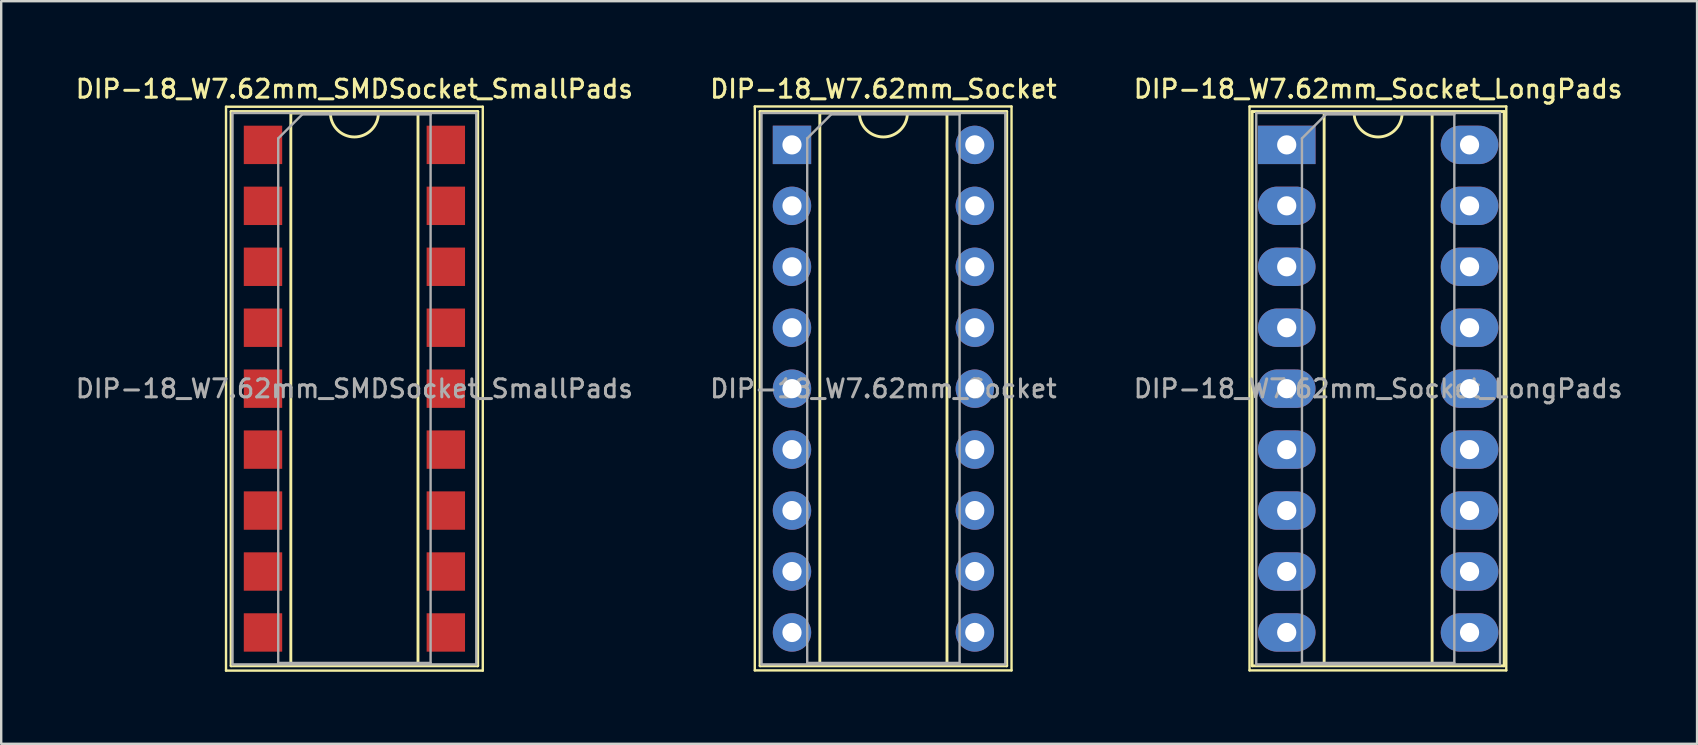
<source format=kicad_pcb>
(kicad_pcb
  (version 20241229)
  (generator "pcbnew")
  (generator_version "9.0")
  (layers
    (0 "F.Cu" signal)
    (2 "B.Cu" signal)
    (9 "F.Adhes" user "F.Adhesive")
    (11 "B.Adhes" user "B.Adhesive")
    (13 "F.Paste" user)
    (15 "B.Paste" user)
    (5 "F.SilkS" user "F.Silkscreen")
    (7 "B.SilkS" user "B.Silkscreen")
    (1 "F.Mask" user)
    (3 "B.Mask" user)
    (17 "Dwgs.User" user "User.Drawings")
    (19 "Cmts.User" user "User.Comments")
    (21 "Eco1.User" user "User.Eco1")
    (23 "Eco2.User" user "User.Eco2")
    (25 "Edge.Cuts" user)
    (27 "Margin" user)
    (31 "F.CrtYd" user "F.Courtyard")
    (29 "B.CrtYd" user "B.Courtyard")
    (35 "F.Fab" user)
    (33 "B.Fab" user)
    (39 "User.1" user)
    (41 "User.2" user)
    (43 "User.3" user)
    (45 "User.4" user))
  (footprint "DIP-18_W7.62mm_Socket_LongPads"
    (layer "F.Cu")
    (at 50.574 2.988)
    (property "Reference" "DIP-18_W7.62mm_Socket_LongPads" (at 3.81 -2.33 0) (layer "F.SilkS") (effects (font (size 0.75 0.75) (thickness 0.125))))
    (attr through_hole)
    (fp_line (start -1.55 -1.6) (end -1.55 21.9) (stroke (width 0.1) (type solid)) (layer "F.SilkS"))
    (fp_line (start -1.55 21.9) (end 9.15 21.9) (stroke (width 0.1) (type solid)) (layer "F.SilkS"))
    (fp_line (start -1.44 -1.39) (end -1.44 21.71) (stroke (width 0.12) (type solid)) (layer "F.SilkS"))
    (fp_line (start -1.44 21.71) (end 9.06 21.71) (stroke (width 0.12) (type solid)) (layer "F.SilkS"))
    (fp_line (start 1.56 -1.33) (end 1.56 21.65) (stroke (width 0.12) (type solid)) (layer "F.SilkS"))
    (fp_line (start 1.56 21.65) (end 6.06 21.65) (stroke (width 0.12) (type solid)) (layer "F.SilkS"))
    (fp_line (start 2.81 -1.33) (end 1.56 -1.33) (stroke (width 0.12) (type solid)) (layer "F.SilkS"))
    (fp_line (start 6.06 -1.33) (end 4.81 -1.33) (stroke (width 0.12) (type solid)) (layer "F.SilkS"))
    (fp_line (start 6.06 21.65) (end 6.06 -1.33) (stroke (width 0.12) (type solid)) (layer "F.SilkS"))
    (fp_line (start 9.06 -1.39) (end -1.44 -1.39) (stroke (width 0.12) (type solid)) (layer "F.SilkS"))
    (fp_line (start 9.06 21.71) (end 9.06 -1.39) (stroke (width 0.12) (type solid)) (layer "F.SilkS"))
    (fp_line (start 9.15 -1.6) (end -1.55 -1.6) (stroke (width 0.1) (type solid)) (layer "F.SilkS"))
    (fp_line (start 9.15 21.9) (end 9.15 -1.6) (stroke (width 0.1) (type solid)) (layer "F.SilkS"))
    (fp_arc (start 4.81 -1.33) (mid 3.81 -0.33) (end 2.81 -1.33) (stroke (width 0.12) (type solid)) (layer "F.SilkS"))
    (fp_line (start -1.27 -1.33) (end -1.27 21.65) (stroke (width 0.1) (type solid)) (layer "F.Fab"))
    (fp_line (start -1.27 21.65) (end 8.89 21.65) (stroke (width 0.1) (type solid)) (layer "F.Fab"))
    (fp_line (start 0.635 -0.27) (end 1.635 -1.27) (stroke (width 0.1) (type solid)) (layer "F.Fab"))
    (fp_line (start 0.635 21.59) (end 0.635 -0.27) (stroke (width 0.1) (type solid)) (layer "F.Fab"))
    (fp_line (start 1.635 -1.27) (end 6.985 -1.27) (stroke (width 0.1) (type solid)) (layer "F.Fab"))
    (fp_line (start 6.985 -1.27) (end 6.985 21.59) (stroke (width 0.1) (type solid)) (layer "F.Fab"))
    (fp_line (start 6.985 21.59) (end 0.635 21.59) (stroke (width 0.1) (type solid)) (layer "F.Fab"))
    (fp_line (start 8.89 -1.33) (end -1.27 -1.33) (stroke (width 0.1) (type solid)) (layer "F.Fab"))
    (fp_line (start 8.89 21.65) (end 8.89 -1.33) (stroke (width 0.1) (type solid)) (layer "F.Fab"))
    (fp_text user "${REFERENCE}" (at 3.81 10.16 0) (layer "F.Fab") (effects (font (size 0.75 0.75) (thickness 0.125))))
    (pad "1" thru_hole rect (at 0 0) (size 2.4 1.6) (drill 0.8) (layers "*.Cu" "*.Mask"))
    (pad "2" thru_hole oval (at 0 2.54) (size 2.4 1.6) (drill 0.8) (layers "*.Cu" "*.Mask"))
    (pad "3" thru_hole oval (at 0 5.08) (size 2.4 1.6) (drill 0.8) (layers "*.Cu" "*.Mask"))
    (pad "4" thru_hole oval (at 0 7.62) (size 2.4 1.6) (drill 0.8) (layers "*.Cu" "*.Mask"))
    (pad "5" thru_hole oval (at 0 10.16) (size 2.4 1.6) (drill 0.8) (layers "*.Cu" "*.Mask"))
    (pad "6" thru_hole oval (at 0 12.7) (size 2.4 1.6) (drill 0.8) (layers "*.Cu" "*.Mask"))
    (pad "7" thru_hole oval (at 0 15.24) (size 2.4 1.6) (drill 0.8) (layers "*.Cu" "*.Mask"))
    (pad "8" thru_hole oval (at 0 17.78) (size 2.4 1.6) (drill 0.8) (layers "*.Cu" "*.Mask"))
    (pad "9" thru_hole oval (at 0 20.32) (size 2.4 1.6) (drill 0.8) (layers "*.Cu" "*.Mask"))
    (pad "10" thru_hole oval (at 7.62 20.32) (size 2.4 1.6) (drill 0.8) (layers "*.Cu" "*.Mask"))
    (pad "11" thru_hole oval (at 7.62 17.78) (size 2.4 1.6) (drill 0.8) (layers "*.Cu" "*.Mask"))
    (pad "12" thru_hole oval (at 7.62 15.24) (size 2.4 1.6) (drill 0.8) (layers "*.Cu" "*.Mask"))
    (pad "13" thru_hole oval (at 7.62 12.7) (size 2.4 1.6) (drill 0.8) (layers "*.Cu" "*.Mask"))
    (pad "14" thru_hole oval (at 7.62 10.16) (size 2.4 1.6) (drill 0.8) (layers "*.Cu" "*.Mask"))
    (pad "15" thru_hole oval (at 7.62 7.62) (size 2.4 1.6) (drill 0.8) (layers "*.Cu" "*.Mask"))
    (pad "16" thru_hole oval (at 7.62 5.08) (size 2.4 1.6) (drill 0.8) (layers "*.Cu" "*.Mask"))
    (pad "17" thru_hole oval (at 7.62 2.54) (size 2.4 1.6) (drill 0.8) (layers "*.Cu" "*.Mask"))
    (pad "18" thru_hole oval (at 7.62 0) (size 2.4 1.6) (drill 0.8) (layers "*.Cu" "*.Mask")))
  (footprint "DIP-18_W7.62mm_Socket"
    (layer "F.Cu")
    (at 29.956 2.988)
    (property "Reference" "DIP-18_W7.62mm_Socket" (at 3.81 -2.33 0) (layer "F.SilkS") (effects (font (size 0.75 0.75) (thickness 0.125))))
    (attr through_hole)
    (fp_line (start -1.55 -1.6) (end -1.55 21.9) (stroke (width 0.1) (type solid)) (layer "F.SilkS"))
    (fp_line (start -1.55 21.9) (end 9.15 21.9) (stroke (width 0.1) (type solid)) (layer "F.SilkS"))
    (fp_line (start -1.33 -1.39) (end -1.33 21.71) (stroke (width 0.12) (type solid)) (layer "F.SilkS"))
    (fp_line (start -1.33 21.71) (end 8.95 21.71) (stroke (width 0.12) (type solid)) (layer "F.SilkS"))
    (fp_line (start 1.16 -1.33) (end 1.16 21.65) (stroke (width 0.12) (type solid)) (layer "F.SilkS"))
    (fp_line (start 1.16 21.65) (end 6.46 21.65) (stroke (width 0.12) (type solid)) (layer "F.SilkS"))
    (fp_line (start 2.81 -1.33) (end 1.16 -1.33) (stroke (width 0.12) (type solid)) (layer "F.SilkS"))
    (fp_line (start 6.46 -1.33) (end 4.81 -1.33) (stroke (width 0.12) (type solid)) (layer "F.SilkS"))
    (fp_line (start 6.46 21.65) (end 6.46 -1.33) (stroke (width 0.12) (type solid)) (layer "F.SilkS"))
    (fp_line (start 8.95 -1.39) (end -1.33 -1.39) (stroke (width 0.12) (type solid)) (layer "F.SilkS"))
    (fp_line (start 8.95 21.71) (end 8.95 -1.39) (stroke (width 0.12) (type solid)) (layer "F.SilkS"))
    (fp_line (start 9.15 -1.6) (end -1.55 -1.6) (stroke (width 0.1) (type solid)) (layer "F.SilkS"))
    (fp_line (start 9.15 21.9) (end 9.15 -1.6) (stroke (width 0.1) (type solid)) (layer "F.SilkS"))
    (fp_arc (start 4.81 -1.33) (mid 3.81 -0.33) (end 2.81 -1.33) (stroke (width 0.12) (type solid)) (layer "F.SilkS"))
    (fp_line (start -1.27 -1.33) (end -1.27 21.65) (stroke (width 0.1) (type solid)) (layer "F.Fab"))
    (fp_line (start -1.27 21.65) (end 8.89 21.65) (stroke (width 0.1) (type solid)) (layer "F.Fab"))
    (fp_line (start 0.635 -0.27) (end 1.635 -1.27) (stroke (width 0.1) (type solid)) (layer "F.Fab"))
    (fp_line (start 0.635 21.59) (end 0.635 -0.27) (stroke (width 0.1) (type solid)) (layer "F.Fab"))
    (fp_line (start 1.635 -1.27) (end 6.985 -1.27) (stroke (width 0.1) (type solid)) (layer "F.Fab"))
    (fp_line (start 6.985 -1.27) (end 6.985 21.59) (stroke (width 0.1) (type solid)) (layer "F.Fab"))
    (fp_line (start 6.985 21.59) (end 0.635 21.59) (stroke (width 0.1) (type solid)) (layer "F.Fab"))
    (fp_line (start 8.89 -1.33) (end -1.27 -1.33) (stroke (width 0.1) (type solid)) (layer "F.Fab"))
    (fp_line (start 8.89 21.65) (end 8.89 -1.33) (stroke (width 0.1) (type solid)) (layer "F.Fab"))
    (fp_text user "${REFERENCE}" (at 3.81 10.16 0) (layer "F.Fab") (effects (font (size 0.75 0.75) (thickness 0.125))))
    (pad "1" thru_hole rect (at 0 0) (size 1.6 1.6) (drill 0.8) (layers "*.Cu" "*.Mask"))
    (pad "2" thru_hole oval (at 0 2.54) (size 1.6 1.6) (drill 0.8) (layers "*.Cu" "*.Mask"))
    (pad "3" thru_hole oval (at 0 5.08) (size 1.6 1.6) (drill 0.8) (layers "*.Cu" "*.Mask"))
    (pad "4" thru_hole oval (at 0 7.62) (size 1.6 1.6) (drill 0.8) (layers "*.Cu" "*.Mask"))
    (pad "5" thru_hole oval (at 0 10.16) (size 1.6 1.6) (drill 0.8) (layers "*.Cu" "*.Mask"))
    (pad "6" thru_hole oval (at 0 12.7) (size 1.6 1.6) (drill 0.8) (layers "*.Cu" "*.Mask"))
    (pad "7" thru_hole oval (at 0 15.24) (size 1.6 1.6) (drill 0.8) (layers "*.Cu" "*.Mask"))
    (pad "8" thru_hole oval (at 0 17.78) (size 1.6 1.6) (drill 0.8) (layers "*.Cu" "*.Mask"))
    (pad "9" thru_hole oval (at 0 20.32) (size 1.6 1.6) (drill 0.8) (layers "*.Cu" "*.Mask"))
    (pad "10" thru_hole oval (at 7.62 20.32) (size 1.6 1.6) (drill 0.8) (layers "*.Cu" "*.Mask"))
    (pad "11" thru_hole oval (at 7.62 17.78) (size 1.6 1.6) (drill 0.8) (layers "*.Cu" "*.Mask"))
    (pad "12" thru_hole oval (at 7.62 15.24) (size 1.6 1.6) (drill 0.8) (layers "*.Cu" "*.Mask"))
    (pad "13" thru_hole oval (at 7.62 12.7) (size 1.6 1.6) (drill 0.8) (layers "*.Cu" "*.Mask"))
    (pad "14" thru_hole oval (at 7.62 10.16) (size 1.6 1.6) (drill 0.8) (layers "*.Cu" "*.Mask"))
    (pad "15" thru_hole oval (at 7.62 7.62) (size 1.6 1.6) (drill 0.8) (layers "*.Cu" "*.Mask"))
    (pad "16" thru_hole oval (at 7.62 5.08) (size 1.6 1.6) (drill 0.8) (layers "*.Cu" "*.Mask"))
    (pad "17" thru_hole oval (at 7.62 2.54) (size 1.6 1.6) (drill 0.8) (layers "*.Cu" "*.Mask"))
    (pad "18" thru_hole oval (at 7.62 0) (size 1.6 1.6) (drill 0.8) (layers "*.Cu" "*.Mask")))
  (footprint "DIP-18_W7.62mm_SMDSocket_SmallPads"
    (layer "F.Cu")
    (at 11.72 13.148)
    (property "Reference" "DIP-18_W7.62mm_SMDSocket_SmallPads" (at 0 -12.49 0) (layer "F.SilkS") (effects (font (size 0.75 0.75) (thickness 0.125))))
    (attr smd)
    (fp_line (start -5.35 -11.75) (end -5.35 11.75) (stroke (width 0.1) (type solid)) (layer "F.SilkS"))
    (fp_line (start -5.35 11.75) (end 5.35 11.75) (stroke (width 0.1) (type solid)) (layer "F.SilkS"))
    (fp_line (start -5.14 -11.55) (end -5.14 11.55) (stroke (width 0.12) (type solid)) (layer "F.SilkS"))
    (fp_line (start -5.14 11.55) (end 5.14 11.55) (stroke (width 0.12) (type solid)) (layer "F.SilkS"))
    (fp_line (start -2.65 -11.49) (end -2.65 11.49) (stroke (width 0.12) (type solid)) (layer "F.SilkS"))
    (fp_line (start -2.65 11.49) (end 2.65 11.49) (stroke (width 0.12) (type solid)) (layer "F.SilkS"))
    (fp_line (start -1 -11.49) (end -2.65 -11.49) (stroke (width 0.12) (type solid)) (layer "F.SilkS"))
    (fp_line (start 2.65 -11.49) (end 1 -11.49) (stroke (width 0.12) (type solid)) (layer "F.SilkS"))
    (fp_line (start 2.65 11.49) (end 2.65 -11.49) (stroke (width 0.12) (type solid)) (layer "F.SilkS"))
    (fp_line (start 5.14 -11.55) (end -5.14 -11.55) (stroke (width 0.12) (type solid)) (layer "F.SilkS"))
    (fp_line (start 5.14 11.55) (end 5.14 -11.55) (stroke (width 0.12) (type solid)) (layer "F.SilkS"))
    (fp_line (start 5.35 -11.75) (end -5.35 -11.75) (stroke (width 0.1) (type solid)) (layer "F.SilkS"))
    (fp_line (start 5.35 11.75) (end 5.35 -11.75) (stroke (width 0.1) (type solid)) (layer "F.SilkS"))
    (fp_arc (start 1 -11.49) (mid 0 -10.49) (end -1 -11.49) (stroke (width 0.12) (type solid)) (layer "F.SilkS"))
    (fp_line (start -5.08 -11.49) (end -5.08 11.49) (stroke (width 0.1) (type solid)) (layer "F.Fab"))
    (fp_line (start -5.08 11.49) (end 5.08 11.49) (stroke (width 0.1) (type solid)) (layer "F.Fab"))
    (fp_line (start -3.175 -10.43) (end -2.175 -11.43) (stroke (width 0.1) (type solid)) (layer "F.Fab"))
    (fp_line (start -3.175 11.43) (end -3.175 -10.43) (stroke (width 0.1) (type solid)) (layer "F.Fab"))
    (fp_line (start -2.175 -11.43) (end 3.175 -11.43) (stroke (width 0.1) (type solid)) (layer "F.Fab"))
    (fp_line (start 3.175 -11.43) (end 3.175 11.43) (stroke (width 0.1) (type solid)) (layer "F.Fab"))
    (fp_line (start 3.175 11.43) (end -3.175 11.43) (stroke (width 0.1) (type solid)) (layer "F.Fab"))
    (fp_line (start 5.08 -11.49) (end -5.08 -11.49) (stroke (width 0.1) (type solid)) (layer "F.Fab"))
    (fp_line (start 5.08 11.49) (end 5.08 -11.49) (stroke (width 0.1) (type solid)) (layer "F.Fab"))
    (fp_text user "${REFERENCE}" (at 0 0 0) (layer "F.Fab") (effects (font (size 0.75 0.75) (thickness 0.125))))
    (pad "1" smd rect (at -3.81 -10.16) (size 1.6 1.6) (layers "F.Cu" "F.Mask" "F.Paste"))
    (pad "2" smd rect (at -3.81 -7.62) (size 1.6 1.6) (layers "F.Cu" "F.Mask" "F.Paste"))
    (pad "3" smd rect (at -3.81 -5.08) (size 1.6 1.6) (layers "F.Cu" "F.Mask" "F.Paste"))
    (pad "4" smd rect (at -3.81 -2.54) (size 1.6 1.6) (layers "F.Cu" "F.Mask" "F.Paste"))
    (pad "5" smd rect (at -3.81 0) (size 1.6 1.6) (layers "F.Cu" "F.Mask" "F.Paste"))
    (pad "6" smd rect (at -3.81 2.54) (size 1.6 1.6) (layers "F.Cu" "F.Mask" "F.Paste"))
    (pad "7" smd rect (at -3.81 5.08) (size 1.6 1.6) (layers "F.Cu" "F.Mask" "F.Paste"))
    (pad "8" smd rect (at -3.81 7.62) (size 1.6 1.6) (layers "F.Cu" "F.Mask" "F.Paste"))
    (pad "9" smd rect (at -3.81 10.16) (size 1.6 1.6) (layers "F.Cu" "F.Mask" "F.Paste"))
    (pad "10" smd rect (at 3.81 10.16) (size 1.6 1.6) (layers "F.Cu" "F.Mask" "F.Paste"))
    (pad "11" smd rect (at 3.81 7.62) (size 1.6 1.6) (layers "F.Cu" "F.Mask" "F.Paste"))
    (pad "12" smd rect (at 3.81 5.08) (size 1.6 1.6) (layers "F.Cu" "F.Mask" "F.Paste"))
    (pad "13" smd rect (at 3.81 2.54) (size 1.6 1.6) (layers "F.Cu" "F.Mask" "F.Paste"))
    (pad "14" smd rect (at 3.81 0) (size 1.6 1.6) (layers "F.Cu" "F.Mask" "F.Paste"))
    (pad "15" smd rect (at 3.81 -2.54) (size 1.6 1.6) (layers "F.Cu" "F.Mask" "F.Paste"))
    (pad "16" smd rect (at 3.81 -5.08) (size 1.6 1.6) (layers "F.Cu" "F.Mask" "F.Paste"))
    (pad "17" smd rect (at 3.81 -7.62) (size 1.6 1.6) (layers "F.Cu" "F.Mask" "F.Paste"))
    (pad "18" smd rect (at 3.81 -10.16) (size 1.6 1.6) (layers "F.Cu" "F.Mask" "F.Paste")))
  (gr_rect
    (start -3 -3)
    (end 67.675 27.948)
    (stroke (width 0.1) (type default))
    (fill no)
    (layer "Edge.Cuts")))
</source>
